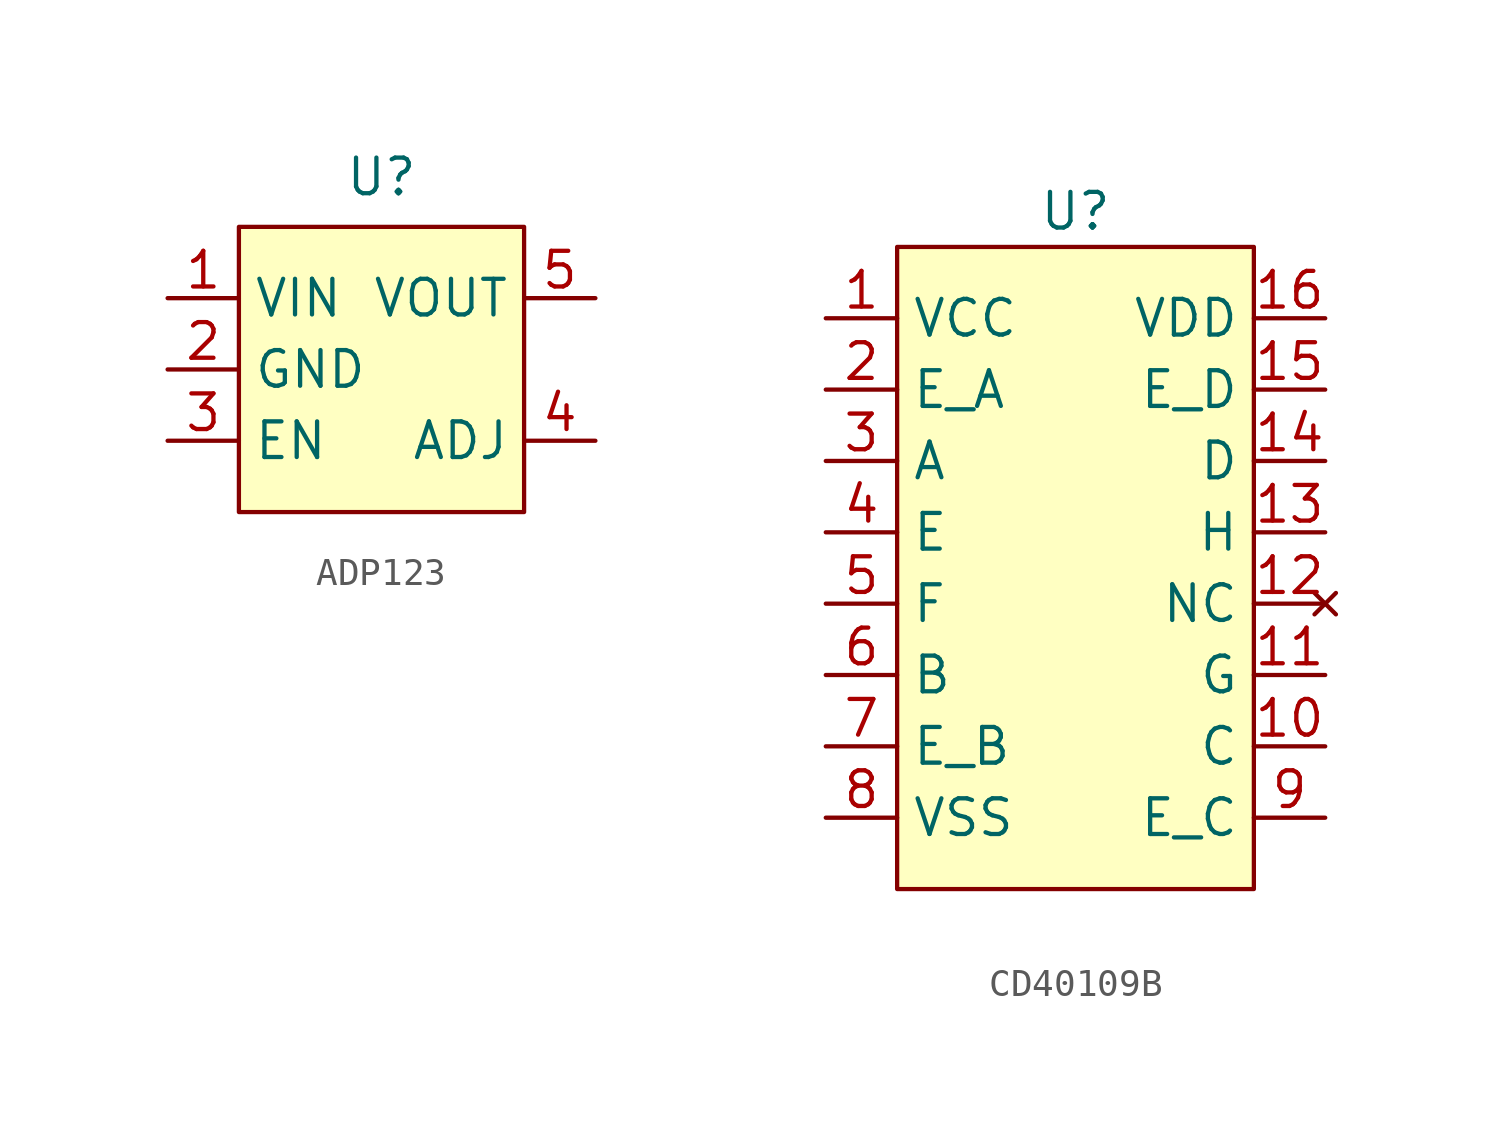
<source format=kicad_sym>
(kicad_symbol_lib
  (version 20231120)
  (generator "kicad_symbol_editor")
  (generator_version "8.0")
  (symbol "ADP123"
    (property "Reference" "U"
      (at 0 6.858 0)
      (effects (font (size 1.27 1.27))))
    (property "Value" ""
      (at 0 0 0)
      (effects (font (size 1.27 1.27))))
    (symbol "ADP123_1_1"
      (rectangle (start -5.08 5.08) (end 5.08 -5.08) (stroke (width 0) (type default)) (fill (type background)))
      (pin power_in line (at -7.62 2.54 0) (length 2.54) (name "VIN" (effects (font (size 1.27 1.27)))) (number "1" (effects (font (size 1.27 1.27)))))
      (pin power_out line (at -7.62 0 0) (length 2.54) (name "GND" (effects (font (size 1.27 1.27)))) (number "2" (effects (font (size 1.27 1.27)))))
      (pin input line (at -7.62 -2.54 0) (length 2.54) (name "EN" (effects (font (size 1.27 1.27)))) (number "3" (effects (font (size 1.27 1.27)))))
      (pin output line (at 7.62 -2.54 180) (length 2.54) (name "ADJ" (effects (font (size 1.27 1.27)))) (number "4" (effects (font (size 1.27 1.27)))))
      (pin output line (at 7.62 2.54 180) (length 2.54) (name "VOUT" (effects (font (size 1.27 1.27)))) (number "5" (effects (font (size 1.27 1.27)))))))
  (symbol "CD40109B"
    (property "Reference" "U"
      (at 0 7.62 0)
      (effects (font (size 1.27 1.27))))
    (property "Value" ""
      (at 0 0 0)
      (effects (font (size 1.27 1.27))))
    (symbol "CD40109B_1_1"
      (rectangle (start -6.35 6.35) (end 6.35 -16.51) (stroke (width 0) (type default)) (fill (type background)))
      (pin power_in line (at -8.89 3.81 0) (length 2.54) (name "VCC" (effects (font (size 1.27 1.27)))) (number "1" (effects (font (size 1.27 1.27)))))
      (pin input line (at 8.89 -11.43 180) (length 2.54) (name "C" (effects (font (size 1.27 1.27)))) (number "10" (effects (font (size 1.27 1.27)))))
      (pin output line (at 8.89 -8.89 180) (length 2.54) (name "G" (effects (font (size 1.27 1.27)))) (number "11" (effects (font (size 1.27 1.27)))))
      (pin no_connect line (at 8.89 -6.35 180) (length 2.54) (name "NC" (effects (font (size 1.27 1.27)))) (number "12" (effects (font (size 1.27 1.27)))))
      (pin input line (at 8.89 -3.81 180) (length 2.54) (name "H" (effects (font (size 1.27 1.27)))) (number "13" (effects (font (size 1.27 1.27)))))
      (pin input line (at 8.89 -1.27 180) (length 2.54) (name "D" (effects (font (size 1.27 1.27)))) (number "14" (effects (font (size 1.27 1.27)))))
      (pin input line (at 8.89 1.27 180) (length 2.54) (name "E_D" (effects (font (size 1.27 1.27)))) (number "15" (effects (font (size 1.27 1.27)))))
      (pin power_in line (at 8.89 3.81 180) (length 2.54) (name "VDD" (effects (font (size 1.27 1.27)))) (number "16" (effects (font (size 1.27 1.27)))))
      (pin input line (at -8.89 1.27 0) (length 2.54) (name "E_A" (effects (font (size 1.27 1.27)))) (number "2" (effects (font (size 1.27 1.27)))))
      (pin input line (at -8.89 -1.27 0) (length 2.54) (name "A" (effects (font (size 1.27 1.27)))) (number "3" (effects (font (size 1.27 1.27)))))
      (pin output line (at -8.89 -3.81 0) (length 2.54) (name "E" (effects (font (size 1.27 1.27)))) (number "4" (effects (font (size 1.27 1.27)))))
      (pin output line (at -8.89 -6.35 0) (length 2.54) (name "F" (effects (font (size 1.27 1.27)))) (number "5" (effects (font (size 1.27 1.27)))))
      (pin input line (at -8.89 -8.89 0) (length 2.54) (name "B" (effects (font (size 1.27 1.27)))) (number "6" (effects (font (size 1.27 1.27)))))
      (pin input line (at -8.89 -11.43 0) (length 2.54) (name "E_B" (effects (font (size 1.27 1.27)))) (number "7" (effects (font (size 1.27 1.27)))))
      (pin power_out line (at -8.89 -13.97 0) (length 2.54) (name "VSS" (effects (font (size 1.27 1.27)))) (number "8" (effects (font (size 1.27 1.27)))))
      (pin input line (at 8.89 -13.97 180) (length 2.54) (name "E_C" (effects (font (size 1.27 1.27)))) (number "9" (effects (font (size 1.27 1.27))))))))
</source>
